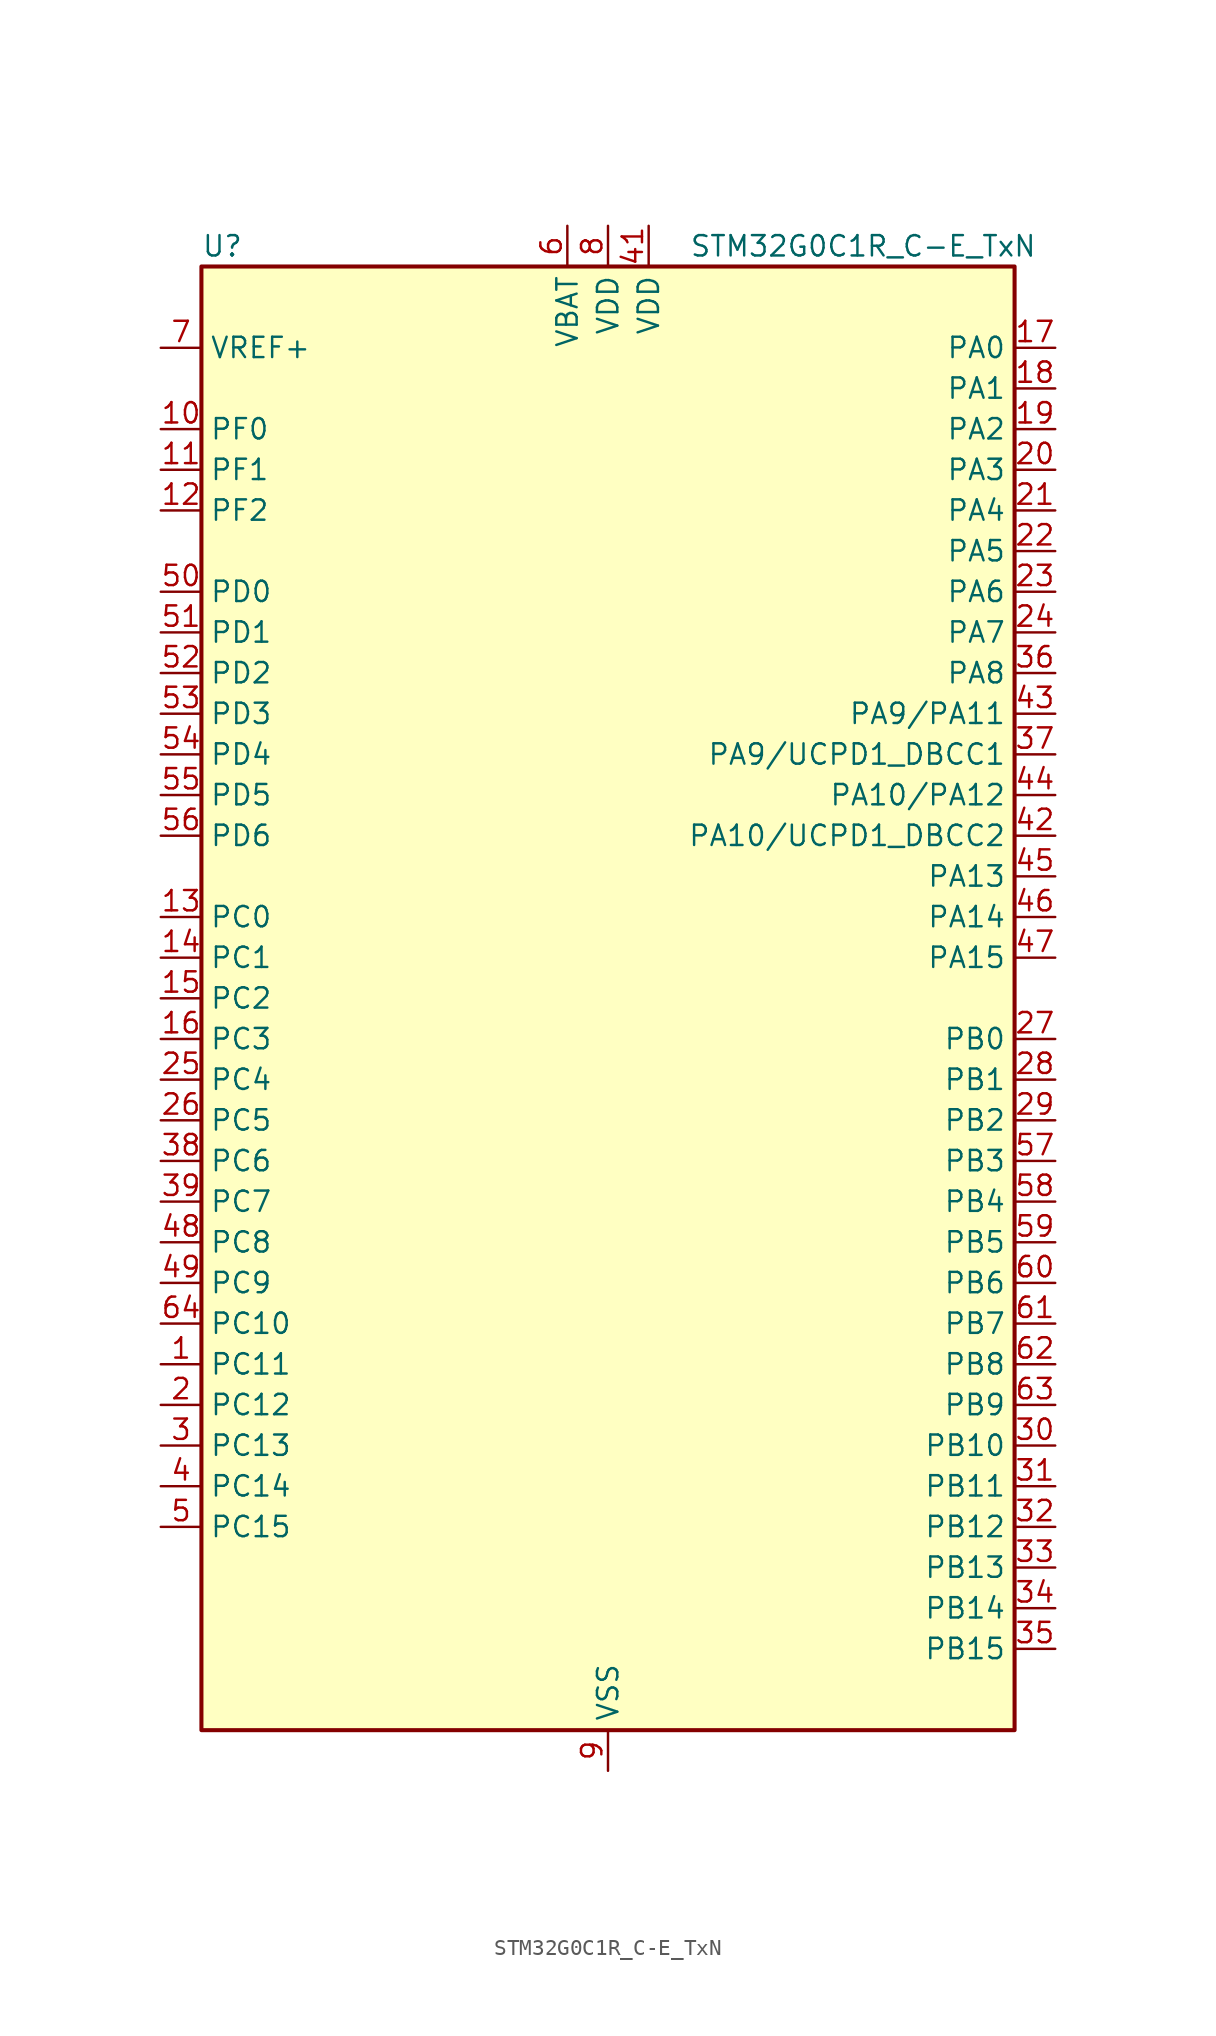
<source format=kicad_sym>
(kicad_symbol_lib
  (version 20241209)
  (generator "kicad_symbol_editor")
  (generator_version "9.0")
  (symbol "STM32G0C1R_C-E_TxN"
    (property "Reference" "U"
      (at -25.4 46.99 0)
      (effects (font (size 1.27 1.27)) (justify left)))
    (property "Value" "STM32G0C1R_C-E_TxN"
      (at 5.08 46.99 0)
      (effects (font (size 1.27 1.27)) (justify left)))
    (symbol "STM32G0C1R_C-E_TxN_0_1"
      (rectangle (start -25.4 -45.72) (end 25.4 45.72) (stroke (width 0.254) (type default)) (fill (type background))))
    (symbol "STM32G0C1R_C-E_TxN_1_1"
      (pin input line (at -27.94 40.64 0) (length 2.54) (name "VREF+" (effects (font (size 1.27 1.27)))) (number "7" (effects (font (size 1.27 1.27)))) (alternate "VREFBUF_OUT" bidirectional line))
      (pin bidirectional line (at -27.94 35.56 0) (length 2.54) (name "PF0" (effects (font (size 1.27 1.27)))) (number "10" (effects (font (size 1.27 1.27)))) (alternate "CRS1_SYNC" bidirectional line) (alternate "RCC_OSC_IN" bidirectional line) (alternate "TIM14_CH1" bidirectional line))
      (pin bidirectional line (at -27.94 33.02 0) (length 2.54) (name "PF1" (effects (font (size 1.27 1.27)))) (number "11" (effects (font (size 1.27 1.27)))) (alternate "RCC_OSC_EN" bidirectional line) (alternate "RCC_OSC_OUT" bidirectional line) (alternate "TIM15_CH1N" bidirectional line))
      (pin bidirectional line (at -27.94 30.48 0) (length 2.54) (name "PF2" (effects (font (size 1.27 1.27)))) (number "12" (effects (font (size 1.27 1.27)))) (alternate "LPUART2_DE" bidirectional line) (alternate "LPUART2_RTS" bidirectional line) (alternate "LPUART2_TX" bidirectional line) (alternate "RCC_MCO" bidirectional line))
      (pin bidirectional line (at -27.94 25.4 0) (length 2.54) (name "PD0" (effects (font (size 1.27 1.27)))) (number "50" (effects (font (size 1.27 1.27)))) (alternate "FDCAN1_RX" bidirectional line) (alternate "I2S2_WS" bidirectional line) (alternate "SPI2_NSS" bidirectional line) (alternate "TIM16_CH1" bidirectional line) (alternate "UCPD2_CC1" bidirectional line))
      (pin bidirectional line (at -27.94 22.86 0) (length 2.54) (name "PD1" (effects (font (size 1.27 1.27)))) (number "51" (effects (font (size 1.27 1.27)))) (alternate "FDCAN1_TX" bidirectional line) (alternate "I2S2_CK" bidirectional line) (alternate "SPI2_SCK" bidirectional line) (alternate "TIM17_CH1" bidirectional line) (alternate "UCPD2_DBCC1" bidirectional line))
      (pin bidirectional line (at -27.94 20.32 0) (length 2.54) (name "PD2" (effects (font (size 1.27 1.27)))) (number "52" (effects (font (size 1.27 1.27)))) (alternate "TIM1_CH1N" bidirectional line) (alternate "TIM3_ETR" bidirectional line) (alternate "UCPD2_CC2" bidirectional line) (alternate "USART3_CK" bidirectional line) (alternate "USART3_DE" bidirectional line) (alternate "USART3_RTS" bidirectional line) (alternate "USART5_RX" bidirectional line))
      (pin bidirectional line (at -27.94 17.78 0) (length 2.54) (name "PD3" (effects (font (size 1.27 1.27)))) (number "53" (effects (font (size 1.27 1.27)))) (alternate "I2S2_MCK" bidirectional line) (alternate "SPI2_MISO" bidirectional line) (alternate "TIM1_CH2N" bidirectional line) (alternate "UCPD2_DBCC2" bidirectional line) (alternate "USART2_CTS" bidirectional line) (alternate "USART2_NSS" bidirectional line) (alternate "USART5_TX" bidirectional line))
      (pin bidirectional line (at -27.94 15.24 0) (length 2.54) (name "PD4" (effects (font (size 1.27 1.27)))) (number "54" (effects (font (size 1.27 1.27)))) (alternate "I2S2_SD" bidirectional line) (alternate "SPI2_MOSI" bidirectional line) (alternate "TIM1_CH3N" bidirectional line) (alternate "USART2_CK" bidirectional line) (alternate "USART2_DE" bidirectional line) (alternate "USART2_RTS" bidirectional line) (alternate "USART5_CK" bidirectional line) (alternate "USART5_DE" bidirectional line) (alternate "USART5_RTS" bidirectional line))
      (pin bidirectional line (at -27.94 12.7 0) (length 2.54) (name "PD5" (effects (font (size 1.27 1.27)))) (number "55" (effects (font (size 1.27 1.27)))) (alternate "I2S1_MCK" bidirectional line) (alternate "SPI1_MISO" bidirectional line) (alternate "TIM1_BK" bidirectional line) (alternate "USART2_TX" bidirectional line) (alternate "USART5_CTS" bidirectional line) (alternate "USART5_NSS" bidirectional line))
      (pin bidirectional line (at -27.94 10.16 0) (length 2.54) (name "PD6" (effects (font (size 1.27 1.27)))) (number "56" (effects (font (size 1.27 1.27)))) (alternate "I2S1_SD" bidirectional line) (alternate "LPTIM2_OUT" bidirectional line) (alternate "SPI1_MOSI" bidirectional line) (alternate "USART2_RX" bidirectional line))
      (pin bidirectional line (at -27.94 5.08 0) (length 2.54) (name "PC0" (effects (font (size 1.27 1.27)))) (number "13" (effects (font (size 1.27 1.27)))) (alternate "COMP3_INM" bidirectional line) (alternate "COMP3_OUT" bidirectional line) (alternate "I2C3_SCL" bidirectional line) (alternate "LPTIM1_IN1" bidirectional line) (alternate "LPTIM2_IN1" bidirectional line) (alternate "LPUART1_RX" bidirectional line) (alternate "LPUART2_TX" bidirectional line) (alternate "USART6_TX" bidirectional line))
      (pin bidirectional line (at -27.94 2.54 0) (length 2.54) (name "PC1" (effects (font (size 1.27 1.27)))) (number "14" (effects (font (size 1.27 1.27)))) (alternate "COMP3_INP" bidirectional line) (alternate "I2C3_SDA" bidirectional line) (alternate "LPTIM1_OUT" bidirectional line) (alternate "LPUART1_TX" bidirectional line) (alternate "LPUART2_RX" bidirectional line) (alternate "TIM15_CH1" bidirectional line) (alternate "USART6_RX" bidirectional line))
      (pin bidirectional line (at -27.94 0 0) (length 2.54) (name "PC2" (effects (font (size 1.27 1.27)))) (number "15" (effects (font (size 1.27 1.27)))) (alternate "COMP3_OUT" bidirectional line) (alternate "FDCAN2_RX" bidirectional line) (alternate "I2S2_MCK" bidirectional line) (alternate "LPTIM1_IN2" bidirectional line) (alternate "SPI2_MISO" bidirectional line) (alternate "TIM15_CH2" bidirectional line))
      (pin bidirectional line (at -27.94 -2.54 0) (length 2.54) (name "PC3" (effects (font (size 1.27 1.27)))) (number "16" (effects (font (size 1.27 1.27)))) (alternate "FDCAN2_TX" bidirectional line) (alternate "I2S2_SD" bidirectional line) (alternate "LPTIM1_ETR" bidirectional line) (alternate "LPTIM2_ETR" bidirectional line) (alternate "SPI2_MOSI" bidirectional line))
      (pin bidirectional line (at -27.94 -5.08 0) (length 2.54) (name "PC4" (effects (font (size 1.27 1.27)))) (number "25" (effects (font (size 1.27 1.27)))) (alternate "ADC1_IN17" bidirectional line) (alternate "COMP1_INM" bidirectional line) (alternate "FDCAN1_RX" bidirectional line) (alternate "TIM2_CH1" bidirectional line) (alternate "TIM2_ETR" bidirectional line) (alternate "USART1_TX" bidirectional line) (alternate "USART3_TX" bidirectional line))
      (pin bidirectional line (at -27.94 -7.62 0) (length 2.54) (name "PC5" (effects (font (size 1.27 1.27)))) (number "26" (effects (font (size 1.27 1.27)))) (alternate "ADC1_IN18" bidirectional line) (alternate "COMP1_INP" bidirectional line) (alternate "FDCAN1_TX" bidirectional line) (alternate "SYS_WKUP5" bidirectional line) (alternate "TIM2_CH2" bidirectional line) (alternate "USART1_RX" bidirectional line) (alternate "USART3_RX" bidirectional line))
      (pin bidirectional line (at -27.94 -10.16 0) (length 2.54) (name "PC6" (effects (font (size 1.27 1.27)))) (number "38" (effects (font (size 1.27 1.27)))) (alternate "LPUART2_TX" bidirectional line) (alternate "TIM2_CH3" bidirectional line) (alternate "TIM3_CH1" bidirectional line) (alternate "UCPD1_FRSTX1" bidirectional line) (alternate "UCPD1_FRSTX2" bidirectional line))
      (pin bidirectional line (at -27.94 -12.7 0) (length 2.54) (name "PC7" (effects (font (size 1.27 1.27)))) (number "39" (effects (font (size 1.27 1.27)))) (alternate "LPUART2_RX" bidirectional line) (alternate "TIM2_CH4" bidirectional line) (alternate "TIM3_CH2" bidirectional line) (alternate "UCPD2_FRSTX1" bidirectional line) (alternate "UCPD2_FRSTX2" bidirectional line))
      (pin bidirectional line (at -27.94 -15.24 0) (length 2.54) (name "PC8" (effects (font (size 1.27 1.27)))) (number "48" (effects (font (size 1.27 1.27)))) (alternate "LPUART2_CTS" bidirectional line) (alternate "TIM1_CH1" bidirectional line) (alternate "TIM3_CH3" bidirectional line) (alternate "UCPD2_FRSTX1" bidirectional line) (alternate "UCPD2_FRSTX2" bidirectional line))
      (pin bidirectional line (at -27.94 -17.78 0) (length 2.54) (name "PC9" (effects (font (size 1.27 1.27)))) (number "49" (effects (font (size 1.27 1.27)))) (alternate "DAC1_EXTI9" bidirectional line) (alternate "I2S_CKIN" bidirectional line) (alternate "LPUART2_DE" bidirectional line) (alternate "LPUART2_RTS" bidirectional line) (alternate "TIM1_CH2" bidirectional line) (alternate "TIM3_CH4" bidirectional line) (alternate "USB_NOE" bidirectional line))
      (pin bidirectional line (at -27.94 -20.32 0) (length 2.54) (name "PC10" (effects (font (size 1.27 1.27)))) (number "64" (effects (font (size 1.27 1.27)))) (alternate "SPI3_SCK" bidirectional line) (alternate "TIM1_CH3" bidirectional line) (alternate "USART3_TX" bidirectional line) (alternate "USART4_TX" bidirectional line))
      (pin bidirectional line (at -27.94 -22.86 0) (length 2.54) (name "PC11" (effects (font (size 1.27 1.27)))) (number "1" (effects (font (size 1.27 1.27)))) (alternate "ADC1_EXTI11" bidirectional line) (alternate "SPI3_MISO" bidirectional line) (alternate "TIM1_CH4" bidirectional line) (alternate "USART3_RX" bidirectional line) (alternate "USART4_RX" bidirectional line))
      (pin bidirectional line (at -27.94 -25.4 0) (length 2.54) (name "PC12" (effects (font (size 1.27 1.27)))) (number "2" (effects (font (size 1.27 1.27)))) (alternate "LPTIM1_IN1" bidirectional line) (alternate "SPI3_MOSI" bidirectional line) (alternate "TIM14_CH1" bidirectional line) (alternate "UCPD1_FRSTX1" bidirectional line) (alternate "UCPD1_FRSTX2" bidirectional line) (alternate "USART5_TX" bidirectional line))
      (pin bidirectional line (at -27.94 -27.94 0) (length 2.54) (name "PC13" (effects (font (size 1.27 1.27)))) (number "3" (effects (font (size 1.27 1.27)))) (alternate "RTC_OUT1" bidirectional line) (alternate "RTC_TAMP_IN1" bidirectional line) (alternate "RTC_TS" bidirectional line) (alternate "SYS_WKUP2" bidirectional line) (alternate "TIM1_BK" bidirectional line))
      (pin bidirectional line (at -27.94 -30.48 0) (length 2.54) (name "PC14" (effects (font (size 1.27 1.27)))) (number "4" (effects (font (size 1.27 1.27)))) (alternate "RCC_OSC32_IN" bidirectional line) (alternate "TIM1_BK2" bidirectional line))
      (pin bidirectional line (at -27.94 -33.02 0) (length 2.54) (name "PC15" (effects (font (size 1.27 1.27)))) (number "5" (effects (font (size 1.27 1.27)))) (alternate "RCC_OSC32_EN" bidirectional line) (alternate "RCC_OSC32_OUT" bidirectional line) (alternate "RCC_OSC_EN" bidirectional line) (alternate "TIM15_BK" bidirectional line))
      (pin power_in line (at -2.54 48.26 270) (length 2.54) (name "VBAT" (effects (font (size 1.27 1.27)))) (number "6" (effects (font (size 1.27 1.27)))))
      (pin power_in line (at 0 48.26 270) (length 2.54) (name "VDD" (effects (font (size 1.27 1.27)))) (number "8" (effects (font (size 1.27 1.27)))))
      (pin passive line (at 0 -48.26 90) (length 2.54) (hide yes) (name "VSS" (effects (font (size 1.27 1.27)))) (number "40" (effects (font (size 1.27 1.27)))))
      (pin power_in line (at 0 -48.26 90) (length 2.54) (name "VSS" (effects (font (size 1.27 1.27)))) (number "9" (effects (font (size 1.27 1.27)))))
      (pin power_in line (at 2.54 48.26 270) (length 2.54) (name "VDD" (effects (font (size 1.27 1.27)))) (number "41" (effects (font (size 1.27 1.27)))))
      (pin bidirectional line (at 27.94 40.64 180) (length 2.54) (name "PA0" (effects (font (size 1.27 1.27)))) (number "17" (effects (font (size 1.27 1.27)))) (alternate "ADC1_IN0" bidirectional line) (alternate "COMP1_INM" bidirectional line) (alternate "COMP1_OUT" bidirectional line) (alternate "I2S2_CK" bidirectional line) (alternate "LPTIM1_OUT" bidirectional line) (alternate "RTC_TAMP_IN2" bidirectional line) (alternate "SPI2_SCK" bidirectional line) (alternate "SYS_WKUP1" bidirectional line) (alternate "TIM2_CH1" bidirectional line) (alternate "TIM2_ETR" bidirectional line) (alternate "UCPD2_FRSTX1" bidirectional line) (alternate "UCPD2_FRSTX2" bidirectional line) (alternate "USART2_CTS" bidirectional line) (alternate "USART2_NSS" bidirectional line) (alternate "USART4_TX" bidirectional line))
      (pin bidirectional line (at 27.94 38.1 180) (length 2.54) (name "PA1" (effects (font (size 1.27 1.27)))) (number "18" (effects (font (size 1.27 1.27)))) (alternate "ADC1_IN1" bidirectional line) (alternate "COMP1_INP" bidirectional line) (alternate "I2C1_SMBA" bidirectional line) (alternate "I2S1_CK" bidirectional line) (alternate "SPI1_SCK" bidirectional line) (alternate "TIM15_CH1N" bidirectional line) (alternate "TIM2_CH2" bidirectional line) (alternate "USART2_CK" bidirectional line) (alternate "USART2_DE" bidirectional line) (alternate "USART2_RTS" bidirectional line) (alternate "USART4_RX" bidirectional line))
      (pin bidirectional line (at 27.94 35.56 180) (length 2.54) (name "PA2" (effects (font (size 1.27 1.27)))) (number "19" (effects (font (size 1.27 1.27)))) (alternate "ADC1_IN2" bidirectional line) (alternate "COMP2_INM" bidirectional line) (alternate "COMP2_OUT" bidirectional line) (alternate "I2S1_SD" bidirectional line) (alternate "LPUART1_TX" bidirectional line) (alternate "RCC_LSCO" bidirectional line) (alternate "SPI1_MOSI" bidirectional line) (alternate "SYS_WKUP4" bidirectional line) (alternate "TIM15_CH1" bidirectional line) (alternate "TIM2_CH3" bidirectional line) (alternate "UCPD1_FRSTX1" bidirectional line) (alternate "UCPD1_FRSTX2" bidirectional line) (alternate "USART2_TX" bidirectional line))
      (pin bidirectional line (at 27.94 33.02 180) (length 2.54) (name "PA3" (effects (font (size 1.27 1.27)))) (number "20" (effects (font (size 1.27 1.27)))) (alternate "ADC1_IN3" bidirectional line) (alternate "COMP2_INP" bidirectional line) (alternate "I2S2_MCK" bidirectional line) (alternate "LPUART1_RX" bidirectional line) (alternate "SPI2_MISO" bidirectional line) (alternate "TIM15_CH2" bidirectional line) (alternate "TIM2_CH4" bidirectional line) (alternate "UCPD2_FRSTX1" bidirectional line) (alternate "UCPD2_FRSTX2" bidirectional line) (alternate "USART2_RX" bidirectional line))
      (pin bidirectional line (at 27.94 30.48 180) (length 2.54) (name "PA4" (effects (font (size 1.27 1.27)))) (number "21" (effects (font (size 1.27 1.27)))) (alternate "ADC1_IN4" bidirectional line) (alternate "DAC1_OUT1" bidirectional line) (alternate "I2S1_WS" bidirectional line) (alternate "I2S2_SD" bidirectional line) (alternate "LPTIM2_OUT" bidirectional line) (alternate "RTC_OUT2" bidirectional line) (alternate "SPI1_NSS" bidirectional line) (alternate "SPI2_MOSI" bidirectional line) (alternate "SPI3_NSS" bidirectional line) (alternate "TIM14_CH1" bidirectional line) (alternate "UCPD2_FRSTX1" bidirectional line) (alternate "UCPD2_FRSTX2" bidirectional line) (alternate "USART6_TX" bidirectional line) (alternate "USB_NOE" bidirectional line))
      (pin bidirectional line (at 27.94 27.94 180) (length 2.54) (name "PA5" (effects (font (size 1.27 1.27)))) (number "22" (effects (font (size 1.27 1.27)))) (alternate "ADC1_IN5" bidirectional line) (alternate "CEC" bidirectional line) (alternate "DAC1_OUT2" bidirectional line) (alternate "I2S1_CK" bidirectional line) (alternate "LPTIM2_ETR" bidirectional line) (alternate "SPI1_SCK" bidirectional line) (alternate "TIM2_CH1" bidirectional line) (alternate "TIM2_ETR" bidirectional line) (alternate "UCPD1_FRSTX1" bidirectional line) (alternate "UCPD1_FRSTX2" bidirectional line) (alternate "USART3_TX" bidirectional line) (alternate "USART6_RX" bidirectional line))
      (pin bidirectional line (at 27.94 25.4 180) (length 2.54) (name "PA6" (effects (font (size 1.27 1.27)))) (number "23" (effects (font (size 1.27 1.27)))) (alternate "ADC1_IN6" bidirectional line) (alternate "COMP1_OUT" bidirectional line) (alternate "I2C2_SDA" bidirectional line) (alternate "I2C3_SDA" bidirectional line) (alternate "I2S1_MCK" bidirectional line) (alternate "LPUART1_CTS" bidirectional line) (alternate "SPI1_MISO" bidirectional line) (alternate "TIM16_CH1" bidirectional line) (alternate "TIM1_BK" bidirectional line) (alternate "TIM3_CH1" bidirectional line) (alternate "USART3_CTS" bidirectional line) (alternate "USART3_NSS" bidirectional line) (alternate "USART6_CTS" bidirectional line) (alternate "USART6_NSS" bidirectional line))
      (pin bidirectional line (at 27.94 22.86 180) (length 2.54) (name "PA7" (effects (font (size 1.27 1.27)))) (number "24" (effects (font (size 1.27 1.27)))) (alternate "ADC1_IN7" bidirectional line) (alternate "COMP2_OUT" bidirectional line) (alternate "I2C2_SCL" bidirectional line) (alternate "I2C3_SCL" bidirectional line) (alternate "I2S1_SD" bidirectional line) (alternate "SPI1_MOSI" bidirectional line) (alternate "TIM14_CH1" bidirectional line) (alternate "TIM17_CH1" bidirectional line) (alternate "TIM1_CH1N" bidirectional line) (alternate "TIM3_CH2" bidirectional line) (alternate "UCPD1_FRSTX1" bidirectional line) (alternate "UCPD1_FRSTX2" bidirectional line) (alternate "USART6_CK" bidirectional line) (alternate "USART6_DE" bidirectional line) (alternate "USART6_RTS" bidirectional line))
      (pin bidirectional line (at 27.94 20.32 180) (length 2.54) (name "PA8" (effects (font (size 1.27 1.27)))) (number "36" (effects (font (size 1.27 1.27)))) (alternate "CRS1_SYNC" bidirectional line) (alternate "I2C2_SMBA" bidirectional line) (alternate "I2S2_WS" bidirectional line) (alternate "LPTIM2_OUT" bidirectional line) (alternate "RCC_MCO" bidirectional line) (alternate "SPI2_NSS" bidirectional line) (alternate "TIM1_CH1" bidirectional line) (alternate "UCPD1_CC1" bidirectional line))
      (pin bidirectional line (at 27.94 17.78 180) (length 2.54) (name "PA9/PA11" (effects (font (size 1.27 1.27)))) (number "43" (effects (font (size 1.27 1.27)))) (alternate "ADC1_EXTI11 (PA11)" bidirectional line) (alternate "COMP1_OUT (PA11)" bidirectional line) (alternate "DAC1_EXTI9 (PA9)" bidirectional line) (alternate "FDCAN1_RX (PA11)" bidirectional line) (alternate "I2C1_SCL (PA9)" bidirectional line) (alternate "I2C2_SCL (PA11)" bidirectional line) (alternate "I2C2_SCL (PA9)" bidirectional line) (alternate "I2S1_MCK (PA11)" bidirectional line) (alternate "I2S2_MCK (PA9)" bidirectional line) (alternate "PA11" bidirectional line) (alternate "PA9" bidirectional line) (alternate "RCC_MCO (PA9)" bidirectional line) (alternate "SPI1_MISO (PA11)" bidirectional line) (alternate "SPI2_MISO (PA9)" bidirectional line) (alternate "TIM15_BK (PA9)" bidirectional line) (alternate "TIM1_BK2 (PA11)" bidirectional line) (alternate "TIM1_CH2 (PA9)" bidirectional line) (alternate "TIM1_CH4 (PA11)" bidirectional line) (alternate "UCPD1_DBCC1 (PA9)" bidirectional line) (alternate "USART1_CTS (PA11)" bidirectional line) (alternate "USART1_NSS (PA11)" bidirectional line) (alternate "USART1_TX (PA9)" bidirectional line) (alternate "USB_DM (PA11)" bidirectional line))
      (pin bidirectional line (at 27.94 15.24 180) (length 2.54) (name "PA9/UCPD1_DBCC1" (effects (font (size 1.27 1.27)))) (number "37" (effects (font (size 1.27 1.27)))) (alternate "DAC1_EXTI9 (PA9)" bidirectional line) (alternate "I2C1_SCL (PA9)" bidirectional line) (alternate "I2C2_SCL (PA9)" bidirectional line) (alternate "I2S2_MCK (PA9)" bidirectional line) (alternate "PA9" bidirectional line) (alternate "RCC_MCO (PA9)" bidirectional line) (alternate "SPI2_MISO (PA9)" bidirectional line) (alternate "TIM15_BK (PA9)" bidirectional line) (alternate "TIM1_CH2 (PA9)" bidirectional line) (alternate "UCPD1_DBCC1" bidirectional line) (alternate "UCPD1_DBCC1 (PA9)" bidirectional line) (alternate "UCPD1_DBCC1 (UCPD1_DBCC1)" bidirectional line) (alternate "USART1_TX (PA9)" bidirectional line))
      (pin bidirectional line (at 27.94 12.7 180) (length 2.54) (name "PA10/PA12" (effects (font (size 1.27 1.27)))) (number "44" (effects (font (size 1.27 1.27)))) (alternate "COMP2_OUT (PA12)" bidirectional line) (alternate "FDCAN1_TX (PA12)" bidirectional line) (alternate "I2C1_SDA (PA10)" bidirectional line) (alternate "I2C2_SDA (PA10)" bidirectional line) (alternate "I2C2_SDA (PA12)" bidirectional line) (alternate "I2S1_SD (PA12)" bidirectional line) (alternate "I2S2_SD (PA10)" bidirectional line) (alternate "I2S_CKIN (PA12)" bidirectional line) (alternate "PA10" bidirectional line) (alternate "PA12" bidirectional line) (alternate "RCC_MCO_2 (PA10)" bidirectional line) (alternate "SPI1_MOSI (PA12)" bidirectional line) (alternate "SPI2_MOSI (PA10)" bidirectional line) (alternate "TIM17_BK (PA10)" bidirectional line) (alternate "TIM1_CH3 (PA10)" bidirectional line) (alternate "TIM1_ETR (PA12)" bidirectional line) (alternate "UCPD1_DBCC2 (PA10)" bidirectional line) (alternate "USART1_CK (PA12)" bidirectional line) (alternate "USART1_DE (PA12)" bidirectional line) (alternate "USART1_RTS (PA12)" bidirectional line) (alternate "USART1_RX (PA10)" bidirectional line) (alternate "USB_DP (PA12)" bidirectional line))
      (pin bidirectional line (at 27.94 10.16 180) (length 2.54) (name "PA10/UCPD1_DBCC2" (effects (font (size 1.27 1.27)))) (number "42" (effects (font (size 1.27 1.27)))) (alternate "I2C1_SDA (PA10)" bidirectional line) (alternate "I2C2_SDA (PA10)" bidirectional line) (alternate "I2S2_SD (PA10)" bidirectional line) (alternate "PA10" bidirectional line) (alternate "RCC_MCO_2 (PA10)" bidirectional line) (alternate "SPI2_MOSI (PA10)" bidirectional line) (alternate "TIM17_BK (PA10)" bidirectional line) (alternate "TIM1_CH3 (PA10)" bidirectional line) (alternate "UCPD1_DBCC2" bidirectional line) (alternate "UCPD1_DBCC2 (PA10)" bidirectional line) (alternate "UCPD1_DBCC2 (UCPD1_DBCC2)" bidirectional line) (alternate "USART1_RX (PA10)" bidirectional line))
      (pin bidirectional line (at 27.94 7.62 180) (length 2.54) (name "PA13" (effects (font (size 1.27 1.27)))) (number "45" (effects (font (size 1.27 1.27)))) (alternate "IR_OUT" bidirectional line) (alternate "LPUART2_RX" bidirectional line) (alternate "SYS_SWDIO" bidirectional line) (alternate "USB_NOE" bidirectional line))
      (pin bidirectional line (at 27.94 5.08 180) (length 2.54) (name "PA14" (effects (font (size 1.27 1.27)))) (number "46" (effects (font (size 1.27 1.27)))) (alternate "LPUART2_TX" bidirectional line) (alternate "SYS_SWCLK" bidirectional line) (alternate "USART2_TX" bidirectional line))
      (pin bidirectional line (at 27.94 2.54 180) (length 2.54) (name "PA15" (effects (font (size 1.27 1.27)))) (number "47" (effects (font (size 1.27 1.27)))) (alternate "I2C2_SMBA" bidirectional line) (alternate "I2S1_WS" bidirectional line) (alternate "RCC_MCO_2" bidirectional line) (alternate "SPI1_NSS" bidirectional line) (alternate "SPI3_NSS" bidirectional line) (alternate "TIM2_CH1" bidirectional line) (alternate "TIM2_ETR" bidirectional line) (alternate "USART2_RX" bidirectional line) (alternate "USART3_CK" bidirectional line) (alternate "USART3_DE" bidirectional line) (alternate "USART3_RTS" bidirectional line) (alternate "USART4_CK" bidirectional line) (alternate "USART4_DE" bidirectional line) (alternate "USART4_RTS" bidirectional line) (alternate "USB_NOE" bidirectional line))
      (pin bidirectional line (at 27.94 -2.54 180) (length 2.54) (name "PB0" (effects (font (size 1.27 1.27)))) (number "27" (effects (font (size 1.27 1.27)))) (alternate "ADC1_IN8" bidirectional line) (alternate "COMP1_OUT" bidirectional line) (alternate "COMP3_INP" bidirectional line) (alternate "FDCAN2_RX" bidirectional line) (alternate "I2S1_WS" bidirectional line) (alternate "LPTIM1_OUT" bidirectional line) (alternate "LPUART2_CTS" bidirectional line) (alternate "SPI1_NSS" bidirectional line) (alternate "TIM1_CH2N" bidirectional line) (alternate "TIM3_CH3" bidirectional line) (alternate "UCPD1_FRSTX1" bidirectional line) (alternate "UCPD1_FRSTX2" bidirectional line) (alternate "USART3_RX" bidirectional line) (alternate "USART5_TX" bidirectional line))
      (pin bidirectional line (at 27.94 -5.08 180) (length 2.54) (name "PB1" (effects (font (size 1.27 1.27)))) (number "28" (effects (font (size 1.27 1.27)))) (alternate "ADC1_IN9" bidirectional line) (alternate "COMP1_INM" bidirectional line) (alternate "COMP3_OUT" bidirectional line) (alternate "FDCAN2_TX" bidirectional line) (alternate "LPTIM2_IN1" bidirectional line) (alternate "LPUART1_DE" bidirectional line) (alternate "LPUART1_RTS" bidirectional line) (alternate "LPUART2_DE" bidirectional line) (alternate "LPUART2_RTS" bidirectional line) (alternate "TIM14_CH1" bidirectional line) (alternate "TIM1_CH3N" bidirectional line) (alternate "TIM3_CH4" bidirectional line) (alternate "USART3_CK" bidirectional line) (alternate "USART3_DE" bidirectional line) (alternate "USART3_RTS" bidirectional line) (alternate "USART5_RX" bidirectional line))
      (pin bidirectional line (at 27.94 -7.62 180) (length 2.54) (name "PB2" (effects (font (size 1.27 1.27)))) (number "29" (effects (font (size 1.27 1.27)))) (alternate "ADC1_IN10" bidirectional line) (alternate "COMP1_INP" bidirectional line) (alternate "COMP3_INM" bidirectional line) (alternate "I2S2_MCK" bidirectional line) (alternate "LPTIM1_OUT" bidirectional line) (alternate "RCC_MCO_2" bidirectional line) (alternate "SPI2_MISO" bidirectional line) (alternate "USART3_TX" bidirectional line))
      (pin bidirectional line (at 27.94 -10.16 180) (length 2.54) (name "PB3" (effects (font (size 1.27 1.27)))) (number "57" (effects (font (size 1.27 1.27)))) (alternate "COMP2_INM" bidirectional line) (alternate "I2C2_SCL" bidirectional line) (alternate "I2C3_SCL" bidirectional line) (alternate "I2S1_CK" bidirectional line) (alternate "SPI1_SCK" bidirectional line) (alternate "SPI3_SCK" bidirectional line) (alternate "TIM1_CH2" bidirectional line) (alternate "TIM2_CH2" bidirectional line) (alternate "USART1_CK" bidirectional line) (alternate "USART1_DE" bidirectional line) (alternate "USART1_RTS" bidirectional line) (alternate "USART5_TX" bidirectional line))
      (pin bidirectional line (at 27.94 -12.7 180) (length 2.54) (name "PB4" (effects (font (size 1.27 1.27)))) (number "58" (effects (font (size 1.27 1.27)))) (alternate "COMP2_INP" bidirectional line) (alternate "I2C2_SDA" bidirectional line) (alternate "I2C3_SDA" bidirectional line) (alternate "I2S1_MCK" bidirectional line) (alternate "SPI1_MISO" bidirectional line) (alternate "SPI3_MISO" bidirectional line) (alternate "TIM17_BK" bidirectional line) (alternate "TIM3_CH1" bidirectional line) (alternate "USART1_CTS" bidirectional line) (alternate "USART1_NSS" bidirectional line) (alternate "USART5_RX" bidirectional line))
      (pin bidirectional line (at 27.94 -15.24 180) (length 2.54) (name "PB5" (effects (font (size 1.27 1.27)))) (number "59" (effects (font (size 1.27 1.27)))) (alternate "COMP2_OUT" bidirectional line) (alternate "FDCAN2_RX" bidirectional line) (alternate "I2C1_SMBA" bidirectional line) (alternate "I2S1_SD" bidirectional line) (alternate "LPTIM1_IN1" bidirectional line) (alternate "SPI1_MOSI" bidirectional line) (alternate "SPI3_MOSI" bidirectional line) (alternate "SYS_WKUP6" bidirectional line) (alternate "TIM16_BK" bidirectional line) (alternate "TIM3_CH2" bidirectional line) (alternate "USART5_CK" bidirectional line) (alternate "USART5_DE" bidirectional line) (alternate "USART5_RTS" bidirectional line))
      (pin bidirectional line (at 27.94 -17.78 180) (length 2.54) (name "PB6" (effects (font (size 1.27 1.27)))) (number "60" (effects (font (size 1.27 1.27)))) (alternate "COMP2_INP" bidirectional line) (alternate "FDCAN2_TX" bidirectional line) (alternate "I2C1_SCL" bidirectional line) (alternate "I2S2_MCK" bidirectional line) (alternate "LPTIM1_ETR" bidirectional line) (alternate "LPUART2_TX" bidirectional line) (alternate "SPI2_MISO" bidirectional line) (alternate "TIM16_CH1N" bidirectional line) (alternate "TIM1_CH3" bidirectional line) (alternate "TIM4_CH1" bidirectional line) (alternate "USART1_TX" bidirectional line) (alternate "USART5_CTS" bidirectional line) (alternate "USART5_NSS" bidirectional line))
      (pin bidirectional line (at 27.94 -20.32 180) (length 2.54) (name "PB7" (effects (font (size 1.27 1.27)))) (number "61" (effects (font (size 1.27 1.27)))) (alternate "COMP2_INM" bidirectional line) (alternate "I2C1_SDA" bidirectional line) (alternate "I2S2_SD" bidirectional line) (alternate "LPTIM1_IN2" bidirectional line) (alternate "LPUART2_RX" bidirectional line) (alternate "SPI2_MOSI" bidirectional line) (alternate "SYS_PVD_IN" bidirectional line) (alternate "TIM17_CH1N" bidirectional line) (alternate "TIM4_CH2" bidirectional line) (alternate "USART1_RX" bidirectional line) (alternate "USART4_CTS" bidirectional line) (alternate "USART4_NSS" bidirectional line))
      (pin bidirectional line (at 27.94 -22.86 180) (length 2.54) (name "PB8" (effects (font (size 1.27 1.27)))) (number "62" (effects (font (size 1.27 1.27)))) (alternate "CEC" bidirectional line) (alternate "FDCAN1_RX" bidirectional line) (alternate "I2C1_SCL" bidirectional line) (alternate "I2S2_CK" bidirectional line) (alternate "SPI2_SCK" bidirectional line) (alternate "TIM15_BK" bidirectional line) (alternate "TIM16_CH1" bidirectional line) (alternate "TIM4_CH3" bidirectional line) (alternate "USART3_TX" bidirectional line) (alternate "USART6_TX" bidirectional line))
      (pin bidirectional line (at 27.94 -25.4 180) (length 2.54) (name "PB9" (effects (font (size 1.27 1.27)))) (number "63" (effects (font (size 1.27 1.27)))) (alternate "DAC1_EXTI9" bidirectional line) (alternate "FDCAN1_TX" bidirectional line) (alternate "I2C1_SDA" bidirectional line) (alternate "I2S2_WS" bidirectional line) (alternate "IR_OUT" bidirectional line) (alternate "SPI2_NSS" bidirectional line) (alternate "TIM17_CH1" bidirectional line) (alternate "TIM4_CH4" bidirectional line) (alternate "UCPD2_FRSTX1" bidirectional line) (alternate "UCPD2_FRSTX2" bidirectional line) (alternate "USART3_RX" bidirectional line) (alternate "USART6_RX" bidirectional line))
      (pin bidirectional line (at 27.94 -27.94 180) (length 2.54) (name "PB10" (effects (font (size 1.27 1.27)))) (number "30" (effects (font (size 1.27 1.27)))) (alternate "ADC1_IN11" bidirectional line) (alternate "CEC" bidirectional line) (alternate "COMP1_OUT" bidirectional line) (alternate "I2C2_SCL" bidirectional line) (alternate "I2S2_CK" bidirectional line) (alternate "LPUART1_RX" bidirectional line) (alternate "SPI2_SCK" bidirectional line) (alternate "TIM2_CH3" bidirectional line) (alternate "USART3_TX" bidirectional line))
      (pin bidirectional line (at 27.94 -30.48 180) (length 2.54) (name "PB11" (effects (font (size 1.27 1.27)))) (number "31" (effects (font (size 1.27 1.27)))) (alternate "ADC1_EXTI11" bidirectional line) (alternate "ADC1_IN15" bidirectional line) (alternate "COMP2_OUT" bidirectional line) (alternate "I2C2_SDA" bidirectional line) (alternate "I2S2_SD" bidirectional line) (alternate "LPUART1_TX" bidirectional line) (alternate "SPI2_MOSI" bidirectional line) (alternate "TIM2_CH4" bidirectional line) (alternate "USART3_RX" bidirectional line))
      (pin bidirectional line (at 27.94 -33.02 180) (length 2.54) (name "PB12" (effects (font (size 1.27 1.27)))) (number "32" (effects (font (size 1.27 1.27)))) (alternate "ADC1_IN16" bidirectional line) (alternate "FDCAN2_RX" bidirectional line) (alternate "I2C2_SMBA" bidirectional line) (alternate "I2S2_WS" bidirectional line) (alternate "LPUART1_DE" bidirectional line) (alternate "LPUART1_RTS" bidirectional line) (alternate "SPI2_NSS" bidirectional line) (alternate "TIM15_BK" bidirectional line) (alternate "TIM1_BK" bidirectional line) (alternate "UCPD2_FRSTX1" bidirectional line) (alternate "UCPD2_FRSTX2" bidirectional line))
      (pin bidirectional line (at 27.94 -35.56 180) (length 2.54) (name "PB13" (effects (font (size 1.27 1.27)))) (number "33" (effects (font (size 1.27 1.27)))) (alternate "FDCAN2_TX" bidirectional line) (alternate "I2C2_SCL" bidirectional line) (alternate "I2S2_CK" bidirectional line) (alternate "LPUART1_CTS" bidirectional line) (alternate "SPI2_SCK" bidirectional line) (alternate "TIM15_CH1N" bidirectional line) (alternate "TIM1_CH1N" bidirectional line) (alternate "USART3_CTS" bidirectional line) (alternate "USART3_NSS" bidirectional line))
      (pin bidirectional line (at 27.94 -38.1 180) (length 2.54) (name "PB14" (effects (font (size 1.27 1.27)))) (number "34" (effects (font (size 1.27 1.27)))) (alternate "I2C2_SDA" bidirectional line) (alternate "I2S2_MCK" bidirectional line) (alternate "SPI2_MISO" bidirectional line) (alternate "TIM15_CH1" bidirectional line) (alternate "TIM1_CH2N" bidirectional line) (alternate "UCPD1_FRSTX1" bidirectional line) (alternate "UCPD1_FRSTX2" bidirectional line) (alternate "USART3_CK" bidirectional line) (alternate "USART3_DE" bidirectional line) (alternate "USART3_RTS" bidirectional line) (alternate "USART6_CK" bidirectional line) (alternate "USART6_DE" bidirectional line) (alternate "USART6_RTS" bidirectional line))
      (pin bidirectional line (at 27.94 -40.64 180) (length 2.54) (name "PB15" (effects (font (size 1.27 1.27)))) (number "35" (effects (font (size 1.27 1.27)))) (alternate "I2S2_SD" bidirectional line) (alternate "RTC_REFIN" bidirectional line) (alternate "SPI2_MOSI" bidirectional line) (alternate "TIM15_CH1N" bidirectional line) (alternate "TIM15_CH2" bidirectional line) (alternate "TIM1_CH3N" bidirectional line) (alternate "UCPD1_CC2" bidirectional line) (alternate "USART6_CTS" bidirectional line) (alternate "USART6_NSS" bidirectional line)))))
</source>
